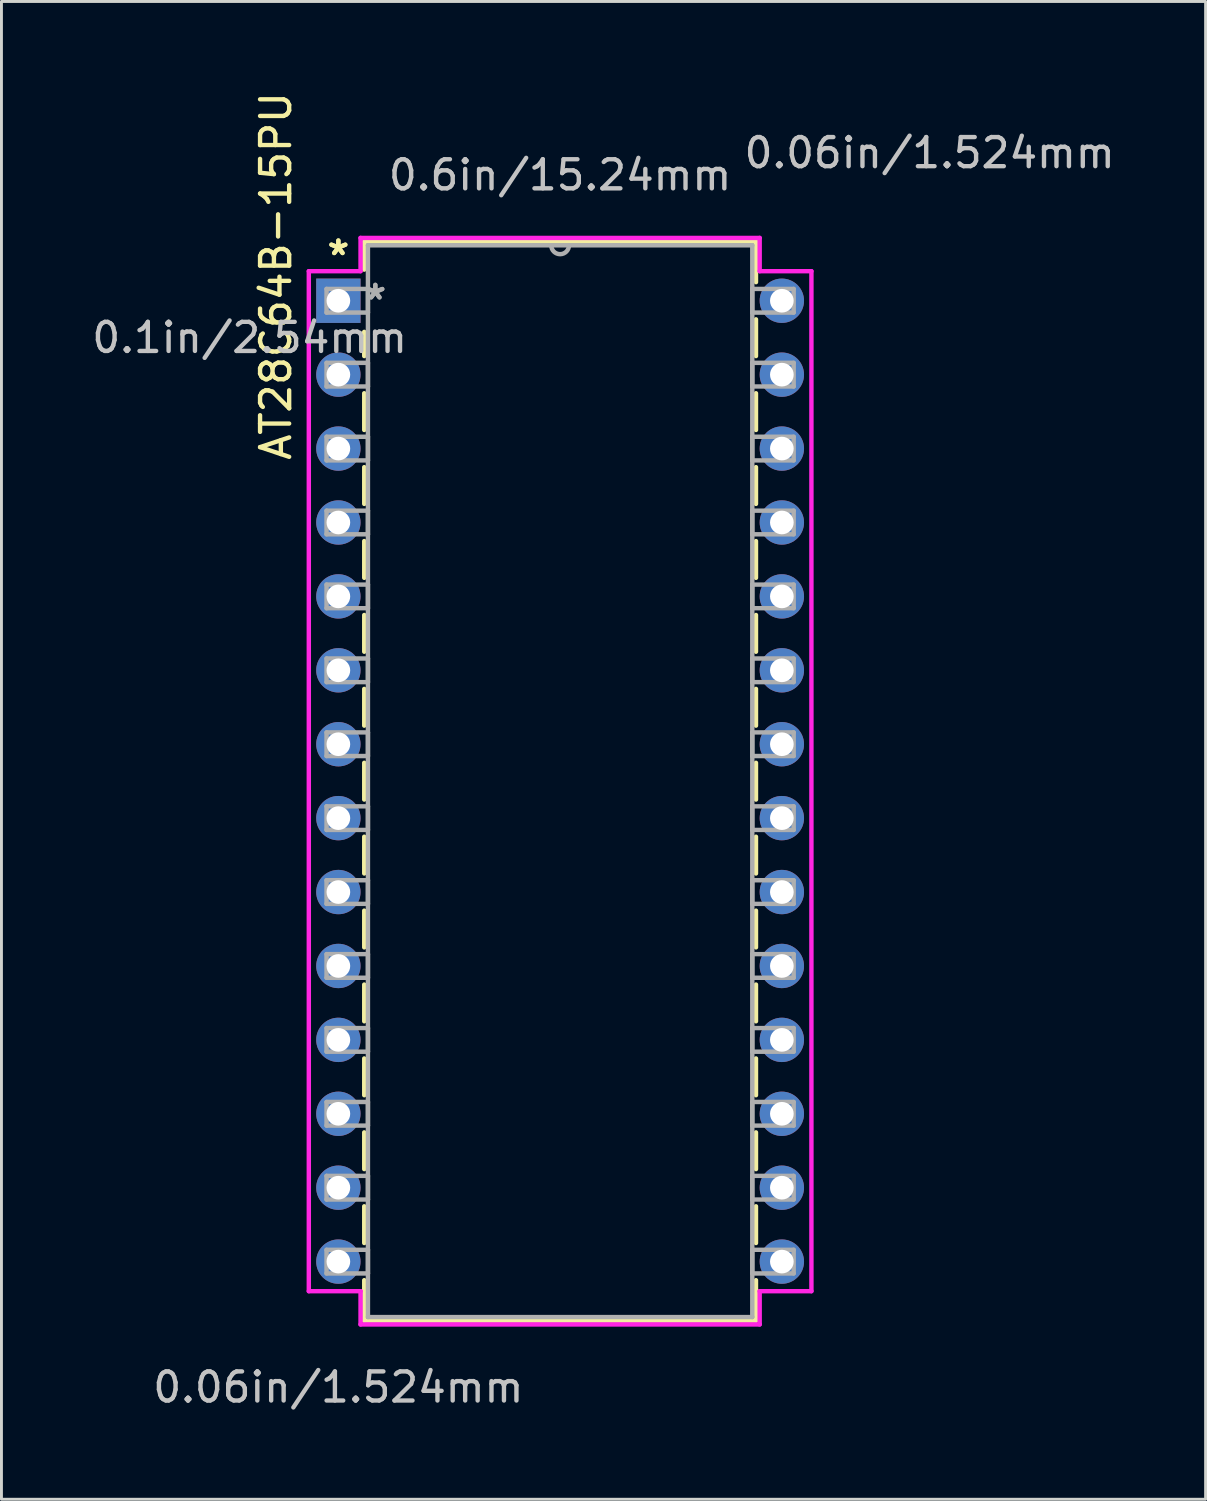
<source format=kicad_pcb>
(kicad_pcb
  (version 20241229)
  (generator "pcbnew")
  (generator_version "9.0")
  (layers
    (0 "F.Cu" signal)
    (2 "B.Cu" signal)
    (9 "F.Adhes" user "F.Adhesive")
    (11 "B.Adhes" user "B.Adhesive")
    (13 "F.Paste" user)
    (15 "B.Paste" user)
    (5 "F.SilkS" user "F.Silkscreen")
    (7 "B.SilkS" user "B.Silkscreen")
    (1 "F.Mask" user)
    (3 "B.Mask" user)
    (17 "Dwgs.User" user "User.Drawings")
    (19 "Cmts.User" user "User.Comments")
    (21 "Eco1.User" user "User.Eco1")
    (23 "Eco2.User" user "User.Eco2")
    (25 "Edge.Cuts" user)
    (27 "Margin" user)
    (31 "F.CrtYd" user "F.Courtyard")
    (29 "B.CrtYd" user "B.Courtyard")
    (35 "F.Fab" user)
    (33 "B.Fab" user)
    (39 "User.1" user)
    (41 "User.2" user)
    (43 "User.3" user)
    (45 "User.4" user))
  (footprint "AT28C64B-15PU"
    (layer "F.Cu")
    (at 8.578 7.285)
    (property "Reference" "AT28C64B-15PU" (at -2.146 -0.851 270) (layer "F.SilkS") (effects (font (size 1 1) (thickness 0.15))))
    (attr through_hole)
    (fp_line (start 0.889 -2.032) (end 0.889 -1.07) (stroke (width 0.152) (type solid)) (layer "F.SilkS"))
    (fp_line (start 0.889 1.07) (end 0.889 1.901) (stroke (width 0.152) (type solid)) (layer "F.SilkS"))
    (fp_line (start 0.889 3.179) (end 0.889 4.441) (stroke (width 0.152) (type solid)) (layer "F.SilkS"))
    (fp_line (start 0.889 5.719) (end 0.889 6.981) (stroke (width 0.152) (type solid)) (layer "F.SilkS"))
    (fp_line (start 0.889 8.259) (end 0.889 9.521) (stroke (width 0.152) (type solid)) (layer "F.SilkS"))
    (fp_line (start 0.889 10.799) (end 0.889 12.061) (stroke (width 0.152) (type solid)) (layer "F.SilkS"))
    (fp_line (start 0.889 13.339) (end 0.889 14.601) (stroke (width 0.152) (type solid)) (layer "F.SilkS"))
    (fp_line (start 0.889 15.879) (end 0.889 17.141) (stroke (width 0.152) (type solid)) (layer "F.SilkS"))
    (fp_line (start 0.889 18.419) (end 0.889 19.681) (stroke (width 0.152) (type solid)) (layer "F.SilkS"))
    (fp_line (start 0.889 20.959) (end 0.889 22.221) (stroke (width 0.152) (type solid)) (layer "F.SilkS"))
    (fp_line (start 0.889 23.499) (end 0.889 24.761) (stroke (width 0.152) (type solid)) (layer "F.SilkS"))
    (fp_line (start 0.889 26.039) (end 0.889 27.301) (stroke (width 0.152) (type solid)) (layer "F.SilkS"))
    (fp_line (start 0.889 28.579) (end 0.889 29.841) (stroke (width 0.152) (type solid)) (layer "F.SilkS"))
    (fp_line (start 0.889 31.119) (end 0.889 32.381) (stroke (width 0.152) (type solid)) (layer "F.SilkS"))
    (fp_line (start 0.889 33.659) (end 0.889 35.052) (stroke (width 0.152) (type solid)) (layer "F.SilkS"))
    (fp_line (start 0.889 35.052) (end 14.351 35.052) (stroke (width 0.152) (type solid)) (layer "F.SilkS"))
    (fp_line (start 14.351 -2.032) (end 0.889 -2.032) (stroke (width 0.152) (type solid)) (layer "F.SilkS"))
    (fp_line (start 14.351 -0.639) (end 14.351 -2.032) (stroke (width 0.152) (type solid)) (layer "F.SilkS"))
    (fp_line (start 14.351 1.901) (end 14.351 0.639) (stroke (width 0.152) (type solid)) (layer "F.SilkS"))
    (fp_line (start 14.351 4.441) (end 14.351 3.179) (stroke (width 0.152) (type solid)) (layer "F.SilkS"))
    (fp_line (start 14.351 6.981) (end 14.351 5.719) (stroke (width 0.152) (type solid)) (layer "F.SilkS"))
    (fp_line (start 14.351 9.521) (end 14.351 8.259) (stroke (width 0.152) (type solid)) (layer "F.SilkS"))
    (fp_line (start 14.351 12.061) (end 14.351 10.799) (stroke (width 0.152) (type solid)) (layer "F.SilkS"))
    (fp_line (start 14.351 14.601) (end 14.351 13.339) (stroke (width 0.152) (type solid)) (layer "F.SilkS"))
    (fp_line (start 14.351 17.141) (end 14.351 15.879) (stroke (width 0.152) (type solid)) (layer "F.SilkS"))
    (fp_line (start 14.351 19.681) (end 14.351 18.419) (stroke (width 0.152) (type solid)) (layer "F.SilkS"))
    (fp_line (start 14.351 22.221) (end 14.351 20.959) (stroke (width 0.152) (type solid)) (layer "F.SilkS"))
    (fp_line (start 14.351 24.761) (end 14.351 23.499) (stroke (width 0.152) (type solid)) (layer "F.SilkS"))
    (fp_line (start 14.351 27.301) (end 14.351 26.039) (stroke (width 0.152) (type solid)) (layer "F.SilkS"))
    (fp_line (start 14.351 29.841) (end 14.351 28.579) (stroke (width 0.152) (type solid)) (layer "F.SilkS"))
    (fp_line (start 14.351 32.381) (end 14.351 31.119) (stroke (width 0.152) (type solid)) (layer "F.SilkS"))
    (fp_line (start 14.351 35.052) (end 14.351 33.659) (stroke (width 0.152) (type solid)) (layer "F.SilkS"))
    (fp_line (start -1.016 -1.016) (end -1.016 34.036) (stroke (width 0.152) (type solid)) (layer "F.CrtYd"))
    (fp_line (start -1.016 34.036) (end 0.762 34.036) (stroke (width 0.152) (type solid)) (layer "F.CrtYd"))
    (fp_line (start 0.762 -2.159) (end 0.762 -1.016) (stroke (width 0.152) (type solid)) (layer "F.CrtYd"))
    (fp_line (start 0.762 -1.016) (end -1.016 -1.016) (stroke (width 0.152) (type solid)) (layer "F.CrtYd"))
    (fp_line (start 0.762 34.036) (end 0.762 35.179) (stroke (width 0.152) (type solid)) (layer "F.CrtYd"))
    (fp_line (start 0.762 35.179) (end 14.478 35.179) (stroke (width 0.152) (type solid)) (layer "F.CrtYd"))
    (fp_line (start 14.478 -2.159) (end 0.762 -2.159) (stroke (width 0.152) (type solid)) (layer "F.CrtYd"))
    (fp_line (start 14.478 -1.016) (end 14.478 -2.159) (stroke (width 0.152) (type solid)) (layer "F.CrtYd"))
    (fp_line (start 14.478 34.036) (end 16.256 34.036) (stroke (width 0.152) (type solid)) (layer "F.CrtYd"))
    (fp_line (start 14.478 35.179) (end 14.478 34.036) (stroke (width 0.152) (type solid)) (layer "F.CrtYd"))
    (fp_line (start 16.256 -1.016) (end 14.478 -1.016) (stroke (width 0.152) (type solid)) (layer "F.CrtYd"))
    (fp_line (start 16.256 34.036) (end 16.256 -1.016) (stroke (width 0.152) (type solid)) (layer "F.CrtYd"))
    (fp_line (start -0.406 -0.406) (end -0.406 0.406) (stroke (width 0.152) (type solid)) (layer "F.Fab"))
    (fp_line (start -0.406 0.406) (end 1.016 0.406) (stroke (width 0.152) (type solid)) (layer "F.Fab"))
    (fp_line (start -0.406 2.134) (end -0.406 2.946) (stroke (width 0.152) (type solid)) (layer "F.Fab"))
    (fp_line (start -0.406 2.946) (end 1.016 2.946) (stroke (width 0.152) (type solid)) (layer "F.Fab"))
    (fp_line (start -0.406 4.674) (end -0.406 5.486) (stroke (width 0.152) (type solid)) (layer "F.Fab"))
    (fp_line (start -0.406 5.486) (end 1.016 5.486) (stroke (width 0.152) (type solid)) (layer "F.Fab"))
    (fp_line (start -0.406 7.214) (end -0.406 8.026) (stroke (width 0.152) (type solid)) (layer "F.Fab"))
    (fp_line (start -0.406 8.026) (end 1.016 8.026) (stroke (width 0.152) (type solid)) (layer "F.Fab"))
    (fp_line (start -0.406 9.754) (end -0.406 10.566) (stroke (width 0.152) (type solid)) (layer "F.Fab"))
    (fp_line (start -0.406 10.566) (end 1.016 10.566) (stroke (width 0.152) (type solid)) (layer "F.Fab"))
    (fp_line (start -0.406 12.294) (end -0.406 13.106) (stroke (width 0.152) (type solid)) (layer "F.Fab"))
    (fp_line (start -0.406 13.106) (end 1.016 13.106) (stroke (width 0.152) (type solid)) (layer "F.Fab"))
    (fp_line (start -0.406 14.834) (end -0.406 15.646) (stroke (width 0.152) (type solid)) (layer "F.Fab"))
    (fp_line (start -0.406 15.646) (end 1.016 15.646) (stroke (width 0.152) (type solid)) (layer "F.Fab"))
    (fp_line (start -0.406 17.374) (end -0.406 18.186) (stroke (width 0.152) (type solid)) (layer "F.Fab"))
    (fp_line (start -0.406 18.186) (end 1.016 18.186) (stroke (width 0.152) (type solid)) (layer "F.Fab"))
    (fp_line (start -0.406 19.914) (end -0.406 20.726) (stroke (width 0.152) (type solid)) (layer "F.Fab"))
    (fp_line (start -0.406 20.726) (end 1.016 20.726) (stroke (width 0.152) (type solid)) (layer "F.Fab"))
    (fp_line (start -0.406 22.454) (end -0.406 23.266) (stroke (width 0.152) (type solid)) (layer "F.Fab"))
    (fp_line (start -0.406 23.266) (end 1.016 23.266) (stroke (width 0.152) (type solid)) (layer "F.Fab"))
    (fp_line (start -0.406 24.994) (end -0.406 25.806) (stroke (width 0.152) (type solid)) (layer "F.Fab"))
    (fp_line (start -0.406 25.806) (end 1.016 25.806) (stroke (width 0.152) (type solid)) (layer "F.Fab"))
    (fp_line (start -0.406 27.534) (end -0.406 28.346) (stroke (width 0.152) (type solid)) (layer "F.Fab"))
    (fp_line (start -0.406 28.346) (end 1.016 28.346) (stroke (width 0.152) (type solid)) (layer "F.Fab"))
    (fp_line (start -0.406 30.074) (end -0.406 30.886) (stroke (width 0.152) (type solid)) (layer "F.Fab"))
    (fp_line (start -0.406 30.886) (end 1.016 30.886) (stroke (width 0.152) (type solid)) (layer "F.Fab"))
    (fp_line (start -0.406 32.614) (end -0.406 33.426) (stroke (width 0.152) (type solid)) (layer "F.Fab"))
    (fp_line (start -0.406 33.426) (end 1.016 33.426) (stroke (width 0.152) (type solid)) (layer "F.Fab"))
    (fp_line (start 1.016 -1.905) (end 1.016 34.925) (stroke (width 0.152) (type solid)) (layer "F.Fab"))
    (fp_line (start 1.016 -0.406) (end -0.406 -0.406) (stroke (width 0.152) (type solid)) (layer "F.Fab"))
    (fp_line (start 1.016 0.406) (end 1.016 -0.406) (stroke (width 0.152) (type solid)) (layer "F.Fab"))
    (fp_line (start 1.016 2.134) (end -0.406 2.134) (stroke (width 0.152) (type solid)) (layer "F.Fab"))
    (fp_line (start 1.016 2.946) (end 1.016 2.134) (stroke (width 0.152) (type solid)) (layer "F.Fab"))
    (fp_line (start 1.016 4.674) (end -0.406 4.674) (stroke (width 0.152) (type solid)) (layer "F.Fab"))
    (fp_line (start 1.016 5.486) (end 1.016 4.674) (stroke (width 0.152) (type solid)) (layer "F.Fab"))
    (fp_line (start 1.016 7.214) (end -0.406 7.214) (stroke (width 0.152) (type solid)) (layer "F.Fab"))
    (fp_line (start 1.016 8.026) (end 1.016 7.214) (stroke (width 0.152) (type solid)) (layer "F.Fab"))
    (fp_line (start 1.016 9.754) (end -0.406 9.754) (stroke (width 0.152) (type solid)) (layer "F.Fab"))
    (fp_line (start 1.016 10.566) (end 1.016 9.754) (stroke (width 0.152) (type solid)) (layer "F.Fab"))
    (fp_line (start 1.016 12.294) (end -0.406 12.294) (stroke (width 0.152) (type solid)) (layer "F.Fab"))
    (fp_line (start 1.016 13.106) (end 1.016 12.294) (stroke (width 0.152) (type solid)) (layer "F.Fab"))
    (fp_line (start 1.016 14.834) (end -0.406 14.834) (stroke (width 0.152) (type solid)) (layer "F.Fab"))
    (fp_line (start 1.016 15.646) (end 1.016 14.834) (stroke (width 0.152) (type solid)) (layer "F.Fab"))
    (fp_line (start 1.016 17.374) (end -0.406 17.374) (stroke (width 0.152) (type solid)) (layer "F.Fab"))
    (fp_line (start 1.016 18.186) (end 1.016 17.374) (stroke (width 0.152) (type solid)) (layer "F.Fab"))
    (fp_line (start 1.016 19.914) (end -0.406 19.914) (stroke (width 0.152) (type solid)) (layer "F.Fab"))
    (fp_line (start 1.016 20.726) (end 1.016 19.914) (stroke (width 0.152) (type solid)) (layer "F.Fab"))
    (fp_line (start 1.016 22.454) (end -0.406 22.454) (stroke (width 0.152) (type solid)) (layer "F.Fab"))
    (fp_line (start 1.016 23.266) (end 1.016 22.454) (stroke (width 0.152) (type solid)) (layer "F.Fab"))
    (fp_line (start 1.016 24.994) (end -0.406 24.994) (stroke (width 0.152) (type solid)) (layer "F.Fab"))
    (fp_line (start 1.016 25.806) (end 1.016 24.994) (stroke (width 0.152) (type solid)) (layer "F.Fab"))
    (fp_line (start 1.016 27.534) (end -0.406 27.534) (stroke (width 0.152) (type solid)) (layer "F.Fab"))
    (fp_line (start 1.016 28.346) (end 1.016 27.534) (stroke (width 0.152) (type solid)) (layer "F.Fab"))
    (fp_line (start 1.016 30.074) (end -0.406 30.074) (stroke (width 0.152) (type solid)) (layer "F.Fab"))
    (fp_line (start 1.016 30.886) (end 1.016 30.074) (stroke (width 0.152) (type solid)) (layer "F.Fab"))
    (fp_line (start 1.016 32.614) (end -0.406 32.614) (stroke (width 0.152) (type solid)) (layer "F.Fab"))
    (fp_line (start 1.016 33.426) (end 1.016 32.614) (stroke (width 0.152) (type solid)) (layer "F.Fab"))
    (fp_line (start 1.016 34.925) (end 14.224 34.925) (stroke (width 0.152) (type solid)) (layer "F.Fab"))
    (fp_line (start 14.224 -1.905) (end 1.016 -1.905) (stroke (width 0.152) (type solid)) (layer "F.Fab"))
    (fp_line (start 14.224 -0.406) (end 14.224 0.406) (stroke (width 0.152) (type solid)) (layer "F.Fab"))
    (fp_line (start 14.224 0.406) (end 15.646 0.406) (stroke (width 0.152) (type solid)) (layer "F.Fab"))
    (fp_line (start 14.224 2.134) (end 14.224 2.946) (stroke (width 0.152) (type solid)) (layer "F.Fab"))
    (fp_line (start 14.224 2.946) (end 15.646 2.946) (stroke (width 0.152) (type solid)) (layer "F.Fab"))
    (fp_line (start 14.224 4.674) (end 14.224 5.486) (stroke (width 0.152) (type solid)) (layer "F.Fab"))
    (fp_line (start 14.224 5.486) (end 15.646 5.486) (stroke (width 0.152) (type solid)) (layer "F.Fab"))
    (fp_line (start 14.224 7.214) (end 14.224 8.026) (stroke (width 0.152) (type solid)) (layer "F.Fab"))
    (fp_line (start 14.224 8.026) (end 15.646 8.026) (stroke (width 0.152) (type solid)) (layer "F.Fab"))
    (fp_line (start 14.224 9.754) (end 14.224 10.566) (stroke (width 0.152) (type solid)) (layer "F.Fab"))
    (fp_line (start 14.224 10.566) (end 15.646 10.566) (stroke (width 0.152) (type solid)) (layer "F.Fab"))
    (fp_line (start 14.224 12.294) (end 14.224 13.106) (stroke (width 0.152) (type solid)) (layer "F.Fab"))
    (fp_line (start 14.224 13.106) (end 15.646 13.106) (stroke (width 0.152) (type solid)) (layer "F.Fab"))
    (fp_line (start 14.224 14.834) (end 14.224 15.646) (stroke (width 0.152) (type solid)) (layer "F.Fab"))
    (fp_line (start 14.224 15.646) (end 15.646 15.646) (stroke (width 0.152) (type solid)) (layer "F.Fab"))
    (fp_line (start 14.224 17.374) (end 14.224 18.186) (stroke (width 0.152) (type solid)) (layer "F.Fab"))
    (fp_line (start 14.224 18.186) (end 15.646 18.186) (stroke (width 0.152) (type solid)) (layer "F.Fab"))
    (fp_line (start 14.224 19.914) (end 14.224 20.726) (stroke (width 0.152) (type solid)) (layer "F.Fab"))
    (fp_line (start 14.224 20.726) (end 15.646 20.726) (stroke (width 0.152) (type solid)) (layer "F.Fab"))
    (fp_line (start 14.224 22.454) (end 14.224 23.266) (stroke (width 0.152) (type solid)) (layer "F.Fab"))
    (fp_line (start 14.224 23.266) (end 15.646 23.266) (stroke (width 0.152) (type solid)) (layer "F.Fab"))
    (fp_line (start 14.224 24.994) (end 14.224 25.806) (stroke (width 0.152) (type solid)) (layer "F.Fab"))
    (fp_line (start 14.224 25.806) (end 15.646 25.806) (stroke (width 0.152) (type solid)) (layer "F.Fab"))
    (fp_line (start 14.224 27.534) (end 14.224 28.346) (stroke (width 0.152) (type solid)) (layer "F.Fab"))
    (fp_line (start 14.224 28.346) (end 15.646 28.346) (stroke (width 0.152) (type solid)) (layer "F.Fab"))
    (fp_line (start 14.224 30.074) (end 14.224 30.886) (stroke (width 0.152) (type solid)) (layer "F.Fab"))
    (fp_line (start 14.224 30.886) (end 15.646 30.886) (stroke (width 0.152) (type solid)) (layer "F.Fab"))
    (fp_line (start 14.224 32.614) (end 14.224 33.426) (stroke (width 0.152) (type solid)) (layer "F.Fab"))
    (fp_line (start 14.224 33.426) (end 15.646 33.426) (stroke (width 0.152) (type solid)) (layer "F.Fab"))
    (fp_line (start 14.224 34.925) (end 14.224 -1.905) (stroke (width 0.152) (type solid)) (layer "F.Fab"))
    (fp_line (start 15.646 -0.406) (end 14.224 -0.406) (stroke (width 0.152) (type solid)) (layer "F.Fab"))
    (fp_line (start 15.646 0.406) (end 15.646 -0.406) (stroke (width 0.152) (type solid)) (layer "F.Fab"))
    (fp_line (start 15.646 2.134) (end 14.224 2.134) (stroke (width 0.152) (type solid)) (layer "F.Fab"))
    (fp_line (start 15.646 2.946) (end 15.646 2.134) (stroke (width 0.152) (type solid)) (layer "F.Fab"))
    (fp_line (start 15.646 4.674) (end 14.224 4.674) (stroke (width 0.152) (type solid)) (layer "F.Fab"))
    (fp_line (start 15.646 5.486) (end 15.646 4.674) (stroke (width 0.152) (type solid)) (layer "F.Fab"))
    (fp_line (start 15.646 7.214) (end 14.224 7.214) (stroke (width 0.152) (type solid)) (layer "F.Fab"))
    (fp_line (start 15.646 8.026) (end 15.646 7.214) (stroke (width 0.152) (type solid)) (layer "F.Fab"))
    (fp_line (start 15.646 9.754) (end 14.224 9.754) (stroke (width 0.152) (type solid)) (layer "F.Fab"))
    (fp_line (start 15.646 10.566) (end 15.646 9.754) (stroke (width 0.152) (type solid)) (layer "F.Fab"))
    (fp_line (start 15.646 12.294) (end 14.224 12.294) (stroke (width 0.152) (type solid)) (layer "F.Fab"))
    (fp_line (start 15.646 13.106) (end 15.646 12.294) (stroke (width 0.152) (type solid)) (layer "F.Fab"))
    (fp_line (start 15.646 14.834) (end 14.224 14.834) (stroke (width 0.152) (type solid)) (layer "F.Fab"))
    (fp_line (start 15.646 15.646) (end 15.646 14.834) (stroke (width 0.152) (type solid)) (layer "F.Fab"))
    (fp_line (start 15.646 17.374) (end 14.224 17.374) (stroke (width 0.152) (type solid)) (layer "F.Fab"))
    (fp_line (start 15.646 18.186) (end 15.646 17.374) (stroke (width 0.152) (type solid)) (layer "F.Fab"))
    (fp_line (start 15.646 19.914) (end 14.224 19.914) (stroke (width 0.152) (type solid)) (layer "F.Fab"))
    (fp_line (start 15.646 20.726) (end 15.646 19.914) (stroke (width 0.152) (type solid)) (layer "F.Fab"))
    (fp_line (start 15.646 22.454) (end 14.224 22.454) (stroke (width 0.152) (type solid)) (layer "F.Fab"))
    (fp_line (start 15.646 23.266) (end 15.646 22.454) (stroke (width 0.152) (type solid)) (layer "F.Fab"))
    (fp_line (start 15.646 24.994) (end 14.224 24.994) (stroke (width 0.152) (type solid)) (layer "F.Fab"))
    (fp_line (start 15.646 25.806) (end 15.646 24.994) (stroke (width 0.152) (type solid)) (layer "F.Fab"))
    (fp_line (start 15.646 27.534) (end 14.224 27.534) (stroke (width 0.152) (type solid)) (layer "F.Fab"))
    (fp_line (start 15.646 28.346) (end 15.646 27.534) (stroke (width 0.152) (type solid)) (layer "F.Fab"))
    (fp_line (start 15.646 30.074) (end 14.224 30.074) (stroke (width 0.152) (type solid)) (layer "F.Fab"))
    (fp_line (start 15.646 30.886) (end 15.646 30.074) (stroke (width 0.152) (type solid)) (layer "F.Fab"))
    (fp_line (start 15.646 32.614) (end 14.224 32.614) (stroke (width 0.152) (type solid)) (layer "F.Fab"))
    (fp_line (start 15.646 33.426) (end 15.646 32.614) (stroke (width 0.152) (type solid)) (layer "F.Fab"))
    (fp_arc (start 7.9248 -1.905) (mid 7.62 -1.6002) (end 7.3152 -1.905) (stroke (width 0.1524) (type solid)) (layer "F.Fab"))
    (fp_text user "*" (at 0 -1.524 180) (layer "F.SilkS") (effects (font (size 1 1) (thickness 0.15))))
    (fp_text user "*" (at 0 -1.524 180) (layer "F.SilkS") (effects (font (size 1 1) (thickness 0.15))))
    (fp_text user "0.6in/15.24mm" (at 7.62 -4.318 180) (layer "Dwgs.User") (effects (font (size 1 1) (thickness 0.15))))
    (fp_text user "0.06in/1.524mm" (at 20.32 -5.08 180) (layer "Dwgs.User") (effects (font (size 1 1) (thickness 0.15))))
    (fp_text user "0.1in/2.54mm" (at -3.048 1.27 180) (layer "Dwgs.User") (effects (font (size 1 1) (thickness 0.15))))
    (fp_text user "0.06in/1.524mm" (at 0 37.338 180) (layer "Dwgs.User") (effects (font (size 1 1) (thickness 0.15))))
    (fp_text user "*" (at 1.27 0 180) (layer "F.Fab") (effects (font (size 1 1) (thickness 0.15))))
    (fp_text user "*" (at 1.27 0 180) (layer "F.Fab") (effects (font (size 1 1) (thickness 0.15))))
    (pad "1" thru_hole rect (at 0 0) (size 1.524 1.524) (drill 0.813) (layers "*.Cu" "*.Mask"))
    (pad "2" thru_hole circle (at 0 2.54) (size 1.524 1.524) (drill 0.813) (layers "*.Cu" "*.Mask"))
    (pad "3" thru_hole circle (at 0 5.08) (size 1.524 1.524) (drill 0.813) (layers "*.Cu" "*.Mask"))
    (pad "4" thru_hole circle (at 0 7.62) (size 1.524 1.524) (drill 0.813) (layers "*.Cu" "*.Mask"))
    (pad "5" thru_hole circle (at 0 10.16) (size 1.524 1.524) (drill 0.813) (layers "*.Cu" "*.Mask"))
    (pad "6" thru_hole circle (at 0 12.7) (size 1.524 1.524) (drill 0.813) (layers "*.Cu" "*.Mask"))
    (pad "7" thru_hole circle (at 0 15.24) (size 1.524 1.524) (drill 0.813) (layers "*.Cu" "*.Mask"))
    (pad "8" thru_hole circle (at 0 17.78) (size 1.524 1.524) (drill 0.813) (layers "*.Cu" "*.Mask"))
    (pad "9" thru_hole circle (at 0 20.32) (size 1.524 1.524) (drill 0.813) (layers "*.Cu" "*.Mask"))
    (pad "10" thru_hole circle (at 0 22.86) (size 1.524 1.524) (drill 0.813) (layers "*.Cu" "*.Mask"))
    (pad "11" thru_hole circle (at 0 25.4) (size 1.524 1.524) (drill 0.813) (layers "*.Cu" "*.Mask"))
    (pad "12" thru_hole circle (at 0 27.94) (size 1.524 1.524) (drill 0.813) (layers "*.Cu" "*.Mask"))
    (pad "13" thru_hole circle (at 0 30.48) (size 1.524 1.524) (drill 0.813) (layers "*.Cu" "*.Mask"))
    (pad "14" thru_hole circle (at 0 33.02) (size 1.524 1.524) (drill 0.813) (layers "*.Cu" "*.Mask"))
    (pad "15" thru_hole circle (at 15.24 33.02) (size 1.524 1.524) (drill 0.813) (layers "*.Cu" "*.Mask"))
    (pad "16" thru_hole circle (at 15.24 30.48) (size 1.524 1.524) (drill 0.813) (layers "*.Cu" "*.Mask"))
    (pad "17" thru_hole circle (at 15.24 27.94) (size 1.524 1.524) (drill 0.813) (layers "*.Cu" "*.Mask"))
    (pad "18" thru_hole circle (at 15.24 25.4) (size 1.524 1.524) (drill 0.813) (layers "*.Cu" "*.Mask"))
    (pad "19" thru_hole circle (at 15.24 22.86) (size 1.524 1.524) (drill 0.813) (layers "*.Cu" "*.Mask"))
    (pad "20" thru_hole circle (at 15.24 20.32) (size 1.524 1.524) (drill 0.813) (layers "*.Cu" "*.Mask"))
    (pad "21" thru_hole circle (at 15.24 17.78) (size 1.524 1.524) (drill 0.813) (layers "*.Cu" "*.Mask"))
    (pad "22" thru_hole circle (at 15.24 15.24) (size 1.524 1.524) (drill 0.813) (layers "*.Cu" "*.Mask"))
    (pad "23" thru_hole circle (at 15.24 12.7) (size 1.524 1.524) (drill 0.813) (layers "*.Cu" "*.Mask"))
    (pad "24" thru_hole circle (at 15.24 10.16) (size 1.524 1.524) (drill 0.813) (layers "*.Cu" "*.Mask"))
    (pad "25" thru_hole circle (at 15.24 7.62) (size 1.524 1.524) (drill 0.813) (layers "*.Cu" "*.Mask"))
    (pad "26" thru_hole circle (at 15.24 5.08) (size 1.524 1.524) (drill 0.813) (layers "*.Cu" "*.Mask"))
    (pad "27" thru_hole circle (at 15.24 2.54) (size 1.524 1.524) (drill 0.813) (layers "*.Cu" "*.Mask"))
    (pad "28" thru_hole circle (at 15.24 0) (size 1.524 1.524) (drill 0.813) (layers "*.Cu" "*.Mask")))
  (gr_rect
    (start -3 -3)
    (end 38.38 48.472)
    (stroke (width 0.1) (type default))
    (fill no)
    (layer "Edge.Cuts")))
</source>
